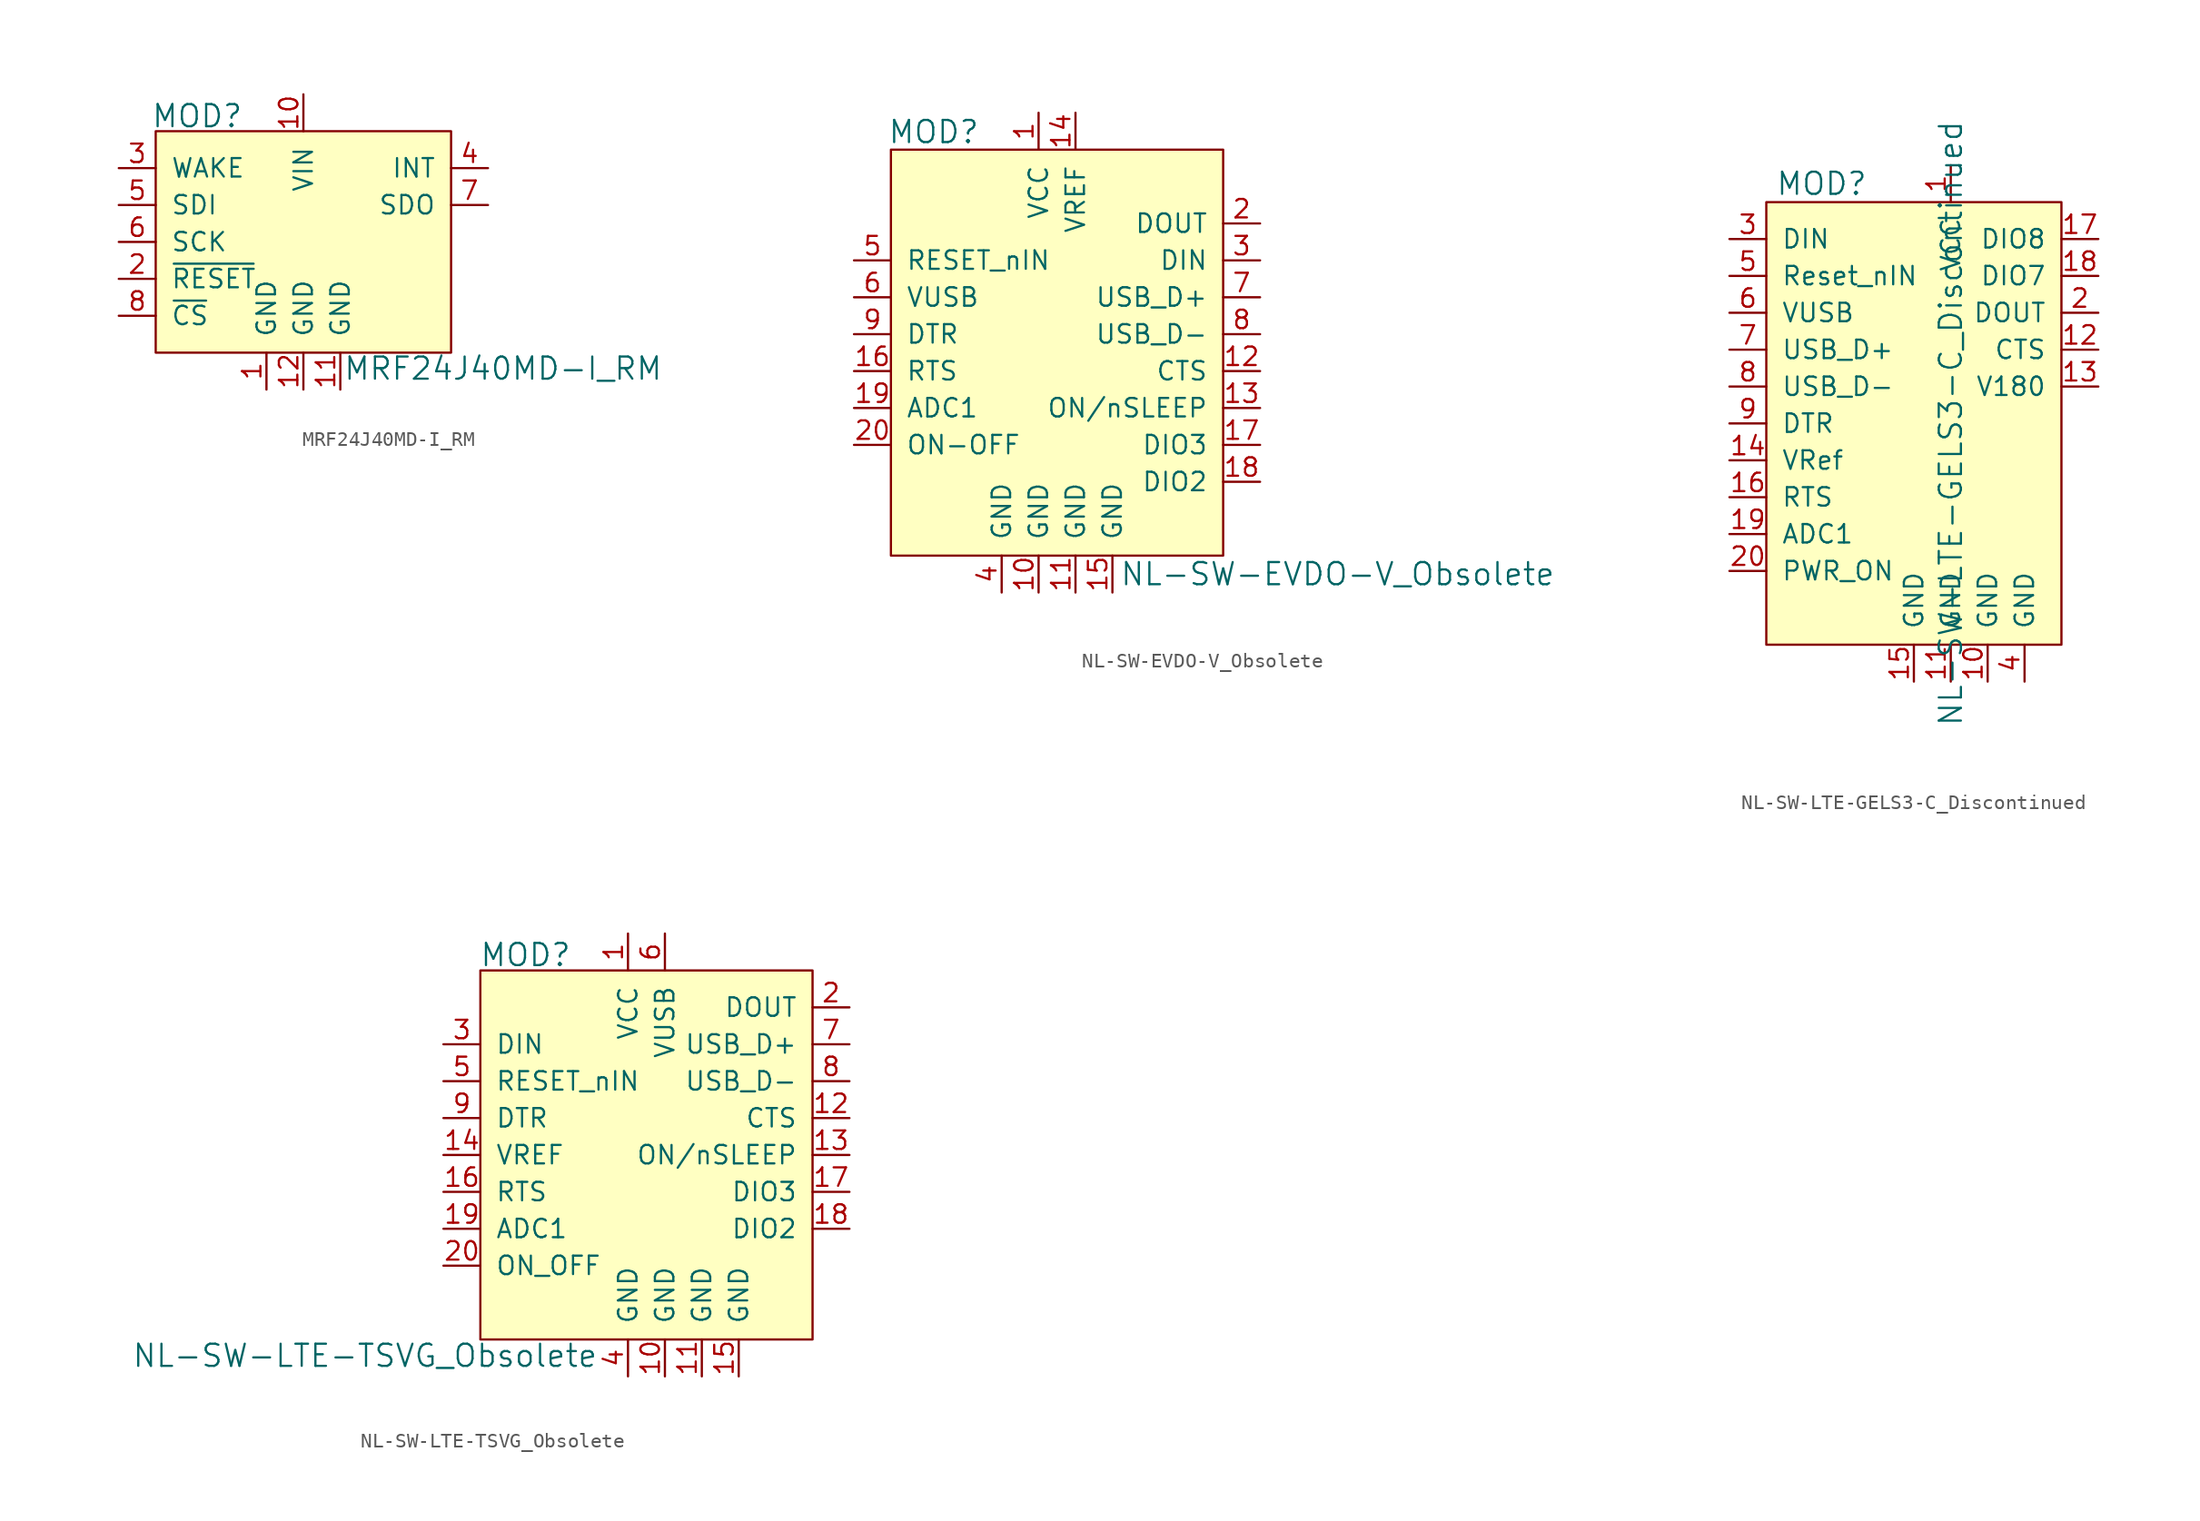
<source format=kicad_sym>
(kicad_symbol_lib
  (version 20211014)
  (generator kicad_symbol_editor)
  (symbol "MRF24J40MD-I_RM"
    (pin_names
      (offset 1.016))
    (property "Reference" "MOD"
      (at -10.49 8.661 0)
      (effects (font (size 1.524 1.524)) (justify left)))
    (property "Value" "MRF24J40MD-I_RM"
      (at 2.718 -8.712 0)
      (effects (font (size 1.524 1.524)) (justify left)))
    (symbol "MRF24J40MD-I_RM_0_1"
      (rectangle (start -10.16 7.62) (end 10.16 -7.62) (stroke (width 0) (type default) (color 0 0 0 0)) (fill (type background))))
    (symbol "MRF24J40MD-I_RM_1_1"
      (pin power_in line (at -2.54 -10.16 90) (length 2.54) (name "GND" (effects (font (size 1.27 1.27)))) (number "1" (effects (font (size 1.27 1.27)))))
      (pin power_in line (at 0 10.16 270) (length 2.54) (name "VIN" (effects (font (size 1.27 1.27)))) (number "10" (effects (font (size 1.27 1.27)))))
      (pin power_in line (at 2.54 -10.16 90) (length 2.54) (name "GND" (effects (font (size 1.27 1.27)))) (number "11" (effects (font (size 1.27 1.27)))))
      (pin power_in line (at 0 -10.16 90) (length 2.54) (name "GND" (effects (font (size 1.27 1.27)))) (number "12" (effects (font (size 1.27 1.27)))))
      (pin input line (at -12.7 -2.54 0) (length 2.54) (name "~{RESET}" (effects (font (size 1.27 1.27)))) (number "2" (effects (font (size 1.27 1.27)))))
      (pin input line (at -12.7 5.08 0) (length 2.54) (name "WAKE" (effects (font (size 1.27 1.27)))) (number "3" (effects (font (size 1.27 1.27)))))
      (pin output line (at 12.7 5.08 180) (length 2.54) (name "INT" (effects (font (size 1.27 1.27)))) (number "4" (effects (font (size 1.27 1.27)))))
      (pin input line (at -12.7 2.54 0) (length 2.54) (name "SDI" (effects (font (size 1.27 1.27)))) (number "5" (effects (font (size 1.27 1.27)))))
      (pin input line (at -12.7 0 0) (length 2.54) (name "SCK" (effects (font (size 1.27 1.27)))) (number "6" (effects (font (size 1.27 1.27)))))
      (pin output line (at 12.7 2.54 180) (length 2.54) (name "SDO" (effects (font (size 1.27 1.27)))) (number "7" (effects (font (size 1.27 1.27)))))
      (pin input line (at -12.7 -5.08 0) (length 2.54) (name "~{CS}" (effects (font (size 1.27 1.27)))) (number "8" (effects (font (size 1.27 1.27)))))
      (pin no_connect line (at 10.16 0 180) (length 2.54) hide (name "NC" (effects (font (size 1.27 1.27)))) (number "9" (effects (font (size 1.27 1.27)))))))
  (symbol "NL-SW-EVDO-V_Obsolete"
    (pin_names
      (offset 1.016))
    (property "Reference" "MOD"
      (at -7.214 16.459 0)
      (effects (font (size 1.524 1.524))))
    (property "Value" "NL-SW-EVDO-V_Obsolete"
      (at 5.563 -13.97 0)
      (effects (font (size 1.524 1.524)) (justify left)))
    (symbol "NL-SW-EVDO-V_Obsolete_0_1"
      (rectangle (start -10.16 15.24) (end 12.7 -12.7) (stroke (width 0) (type default) (color 0 0 0 0)) (fill (type background))))
    (symbol "NL-SW-EVDO-V_Obsolete_1_1"
      (pin power_in line (at 0 17.78 270) (length 2.54) (name "VCC" (effects (font (size 1.27 1.27)))) (number "1" (effects (font (size 1.27 1.27)))))
      (pin power_in line (at 0 -15.24 90) (length 2.54) (name "GND" (effects (font (size 1.27 1.27)))) (number "10" (effects (font (size 1.27 1.27)))))
      (pin power_in line (at 2.54 -15.24 90) (length 2.54) (name "GND" (effects (font (size 1.27 1.27)))) (number "11" (effects (font (size 1.27 1.27)))))
      (pin output line (at 15.24 0 180) (length 2.54) (name "CTS" (effects (font (size 1.27 1.27)))) (number "12" (effects (font (size 1.27 1.27)))))
      (pin output line (at 15.24 -2.54 180) (length 2.54) (name "ON/nSLEEP" (effects (font (size 1.27 1.27)))) (number "13" (effects (font (size 1.27 1.27)))))
      (pin output line (at 2.54 17.78 270) (length 2.54) (name "VREF" (effects (font (size 1.27 1.27)))) (number "14" (effects (font (size 1.27 1.27)))))
      (pin power_in line (at 5.08 -15.24 90) (length 2.54) (name "GND" (effects (font (size 1.27 1.27)))) (number "15" (effects (font (size 1.27 1.27)))))
      (pin input line (at -12.7 0 0) (length 2.54) (name "RTS" (effects (font (size 1.27 1.27)))) (number "16" (effects (font (size 1.27 1.27)))))
      (pin bidirectional line (at 15.24 -5.08 180) (length 2.54) (name "DIO3" (effects (font (size 1.27 1.27)))) (number "17" (effects (font (size 1.27 1.27)))))
      (pin bidirectional line (at 15.24 -7.62 180) (length 2.54) (name "DIO2" (effects (font (size 1.27 1.27)))) (number "18" (effects (font (size 1.27 1.27)))))
      (pin input line (at -12.7 -2.54 0) (length 2.54) (name "ADC1" (effects (font (size 1.27 1.27)))) (number "19" (effects (font (size 1.27 1.27)))))
      (pin output line (at 15.24 10.16 180) (length 2.54) (name "DOUT" (effects (font (size 1.27 1.27)))) (number "2" (effects (font (size 1.27 1.27)))))
      (pin input line (at -12.7 -5.08 0) (length 2.54) (name "ON-OFF" (effects (font (size 1.27 1.27)))) (number "20" (effects (font (size 1.27 1.27)))))
      (pin input line (at 15.24 7.62 180) (length 2.54) (name "DIN" (effects (font (size 1.27 1.27)))) (number "3" (effects (font (size 1.27 1.27)))))
      (pin power_in line (at -2.54 -15.24 90) (length 2.54) (name "GND" (effects (font (size 1.27 1.27)))) (number "4" (effects (font (size 1.27 1.27)))))
      (pin input line (at -12.7 7.62 0) (length 2.54) (name "RESET_nIN" (effects (font (size 1.27 1.27)))) (number "5" (effects (font (size 1.27 1.27)))))
      (pin input line (at -12.7 5.08 0) (length 2.54) (name "VUSB" (effects (font (size 1.27 1.27)))) (number "6" (effects (font (size 1.27 1.27)))))
      (pin bidirectional line (at 15.24 5.08 180) (length 2.54) (name "USB_D+" (effects (font (size 1.27 1.27)))) (number "7" (effects (font (size 1.27 1.27)))))
      (pin bidirectional line (at 15.24 2.54 180) (length 2.54) (name "USB_D-" (effects (font (size 1.27 1.27)))) (number "8" (effects (font (size 1.27 1.27)))))
      (pin input line (at -12.7 2.54 0) (length 2.54) (name "DTR" (effects (font (size 1.27 1.27)))) (number "9" (effects (font (size 1.27 1.27)))))))
  (symbol "NL-SW-LTE-GELS3-C_Discontinued"
    (pin_names
      (offset 1.016))
    (property "Reference" "MOD"
      (at -8.89 21.59 0)
      (effects (font (size 1.524 1.524))))
    (property "Value" "NL-SW-LTE-GELS3-C_Discontinued"
      (at 0 5.08 90)
      (effects (font (size 1.524 1.524))))
    (symbol "NL-SW-LTE-GELS3-C_Discontinued_0_1"
      (rectangle (start -12.7 20.32) (end 7.62 -10.16) (stroke (width 0) (type default) (color 0 0 0 0)) (fill (type background))))
    (symbol "NL-SW-LTE-GELS3-C_Discontinued_1_1"
      (pin power_in line (at 0 22.86 270) (length 2.54) (name "VCC" (effects (font (size 1.27 1.27)))) (number "1" (effects (font (size 1.27 1.27)))))
      (pin power_in line (at 2.54 -12.7 90) (length 2.54) (name "GND" (effects (font (size 1.27 1.27)))) (number "10" (effects (font (size 1.27 1.27)))))
      (pin power_in line (at 0 -12.7 90) (length 2.54) (name "GND" (effects (font (size 1.27 1.27)))) (number "11" (effects (font (size 1.27 1.27)))))
      (pin output line (at 10.16 10.16 180) (length 2.54) (name "CTS" (effects (font (size 1.27 1.27)))) (number "12" (effects (font (size 1.27 1.27)))))
      (pin output line (at 10.16 7.62 180) (length 2.54) (name "V180" (effects (font (size 1.27 1.27)))) (number "13" (effects (font (size 1.27 1.27)))))
      (pin input line (at -15.24 2.54 0) (length 2.54) (name "VRef" (effects (font (size 1.27 1.27)))) (number "14" (effects (font (size 1.27 1.27)))))
      (pin power_in line (at -2.54 -12.7 90) (length 2.54) (name "GND" (effects (font (size 1.27 1.27)))) (number "15" (effects (font (size 1.27 1.27)))))
      (pin input line (at -15.24 0 0) (length 2.54) (name "RTS" (effects (font (size 1.27 1.27)))) (number "16" (effects (font (size 1.27 1.27)))))
      (pin bidirectional line (at 10.16 17.78 180) (length 2.54) (name "DIO8" (effects (font (size 1.27 1.27)))) (number "17" (effects (font (size 1.27 1.27)))))
      (pin bidirectional line (at 10.16 15.24 180) (length 2.54) (name "DIO7" (effects (font (size 1.27 1.27)))) (number "18" (effects (font (size 1.27 1.27)))))
      (pin input line (at -15.24 -2.54 0) (length 2.54) (name "ADC1" (effects (font (size 1.27 1.27)))) (number "19" (effects (font (size 1.27 1.27)))))
      (pin output line (at 10.16 12.7 180) (length 2.54) (name "DOUT" (effects (font (size 1.27 1.27)))) (number "2" (effects (font (size 1.27 1.27)))))
      (pin input line (at -15.24 -5.08 0) (length 2.54) (name "PWR_ON" (effects (font (size 1.27 1.27)))) (number "20" (effects (font (size 1.27 1.27)))))
      (pin input line (at -15.24 17.78 0) (length 2.54) (name "DIN" (effects (font (size 1.27 1.27)))) (number "3" (effects (font (size 1.27 1.27)))))
      (pin power_in line (at 5.08 -12.7 90) (length 2.54) (name "GND" (effects (font (size 1.27 1.27)))) (number "4" (effects (font (size 1.27 1.27)))))
      (pin input line (at -15.24 15.24 0) (length 2.54) (name "Reset_nIN" (effects (font (size 1.27 1.27)))) (number "5" (effects (font (size 1.27 1.27)))))
      (pin input line (at -15.24 12.7 0) (length 2.54) (name "VUSB" (effects (font (size 1.27 1.27)))) (number "6" (effects (font (size 1.27 1.27)))))
      (pin bidirectional line (at -15.24 10.16 0) (length 2.54) (name "USB_D+" (effects (font (size 1.27 1.27)))) (number "7" (effects (font (size 1.27 1.27)))))
      (pin bidirectional line (at -15.24 7.62 0) (length 2.54) (name "USB_D-" (effects (font (size 1.27 1.27)))) (number "8" (effects (font (size 1.27 1.27)))))
      (pin input line (at -15.24 5.08 0) (length 2.54) (name "DTR" (effects (font (size 1.27 1.27)))) (number "9" (effects (font (size 1.27 1.27)))))))
  (symbol "NL-SW-LTE-TSVG_Obsolete"
    (pin_names
      (offset 1.016))
    (property "Reference" "MOD"
      (at -10.236 13.767 0)
      (effects (font (size 1.524 1.524)) (justify left)))
    (property "Value" "NL-SW-LTE-TSVG_Obsolete"
      (at -2.032 -13.818 0)
      (effects (font (size 1.524 1.524)) (justify right)))
    (symbol "NL-SW-LTE-TSVG_Obsolete_1_1"
      (rectangle (start -10.16 12.7) (end 12.7 -12.7) (stroke (width 0) (type default) (color 0 0 0 0)) (fill (type background)))
      (pin power_in line (at 0 15.24 270) (length 2.54) (name "VCC" (effects (font (size 1.27 1.27)))) (number "1" (effects (font (size 1.27 1.27)))))
      (pin power_in line (at 2.54 -15.24 90) (length 2.54) (name "GND" (effects (font (size 1.27 1.27)))) (number "10" (effects (font (size 1.27 1.27)))))
      (pin power_in line (at 5.08 -15.24 90) (length 2.54) (name "GND" (effects (font (size 1.27 1.27)))) (number "11" (effects (font (size 1.27 1.27)))))
      (pin output line (at 15.24 2.54 180) (length 2.54) (name "CTS" (effects (font (size 1.27 1.27)))) (number "12" (effects (font (size 1.27 1.27)))))
      (pin output line (at 15.24 0 180) (length 2.54) (name "ON/nSLEEP" (effects (font (size 1.27 1.27)))) (number "13" (effects (font (size 1.27 1.27)))))
      (pin input line (at -12.7 0 0) (length 2.54) (name "VREF" (effects (font (size 1.27 1.27)))) (number "14" (effects (font (size 1.27 1.27)))))
      (pin power_in line (at 7.62 -15.24 90) (length 2.54) (name "GND" (effects (font (size 1.27 1.27)))) (number "15" (effects (font (size 1.27 1.27)))))
      (pin input line (at -12.7 -2.54 0) (length 2.54) (name "RTS" (effects (font (size 1.27 1.27)))) (number "16" (effects (font (size 1.27 1.27)))))
      (pin bidirectional line (at 15.24 -2.54 180) (length 2.54) (name "DIO3" (effects (font (size 1.27 1.27)))) (number "17" (effects (font (size 1.27 1.27)))))
      (pin bidirectional line (at 15.24 -5.08 180) (length 2.54) (name "DIO2" (effects (font (size 1.27 1.27)))) (number "18" (effects (font (size 1.27 1.27)))))
      (pin input line (at -12.7 -5.08 0) (length 2.54) (name "ADC1" (effects (font (size 1.27 1.27)))) (number "19" (effects (font (size 1.27 1.27)))))
      (pin output line (at 15.24 10.16 180) (length 2.54) (name "DOUT" (effects (font (size 1.27 1.27)))) (number "2" (effects (font (size 1.27 1.27)))))
      (pin input line (at -12.7 -7.62 0) (length 2.54) (name "ON_OFF" (effects (font (size 1.27 1.27)))) (number "20" (effects (font (size 1.27 1.27)))))
      (pin input line (at -12.7 7.62 0) (length 2.54) (name "DIN" (effects (font (size 1.27 1.27)))) (number "3" (effects (font (size 1.27 1.27)))))
      (pin power_in line (at 0 -15.24 90) (length 2.54) (name "GND" (effects (font (size 1.27 1.27)))) (number "4" (effects (font (size 1.27 1.27)))))
      (pin input line (at -12.7 5.08 0) (length 2.54) (name "RESET_nIN" (effects (font (size 1.27 1.27)))) (number "5" (effects (font (size 1.27 1.27)))))
      (pin power_in line (at 2.54 15.24 270) (length 2.54) (name "VUSB" (effects (font (size 1.27 1.27)))) (number "6" (effects (font (size 1.27 1.27)))))
      (pin bidirectional line (at 15.24 7.62 180) (length 2.54) (name "USB_D+" (effects (font (size 1.27 1.27)))) (number "7" (effects (font (size 1.27 1.27)))))
      (pin bidirectional line (at 15.24 5.08 180) (length 2.54) (name "USB_D-" (effects (font (size 1.27 1.27)))) (number "8" (effects (font (size 1.27 1.27)))))
      (pin input line (at -12.7 2.54 0) (length 2.54) (name "DTR" (effects (font (size 1.27 1.27)))) (number "9" (effects (font (size 1.27 1.27))))))))
</source>
